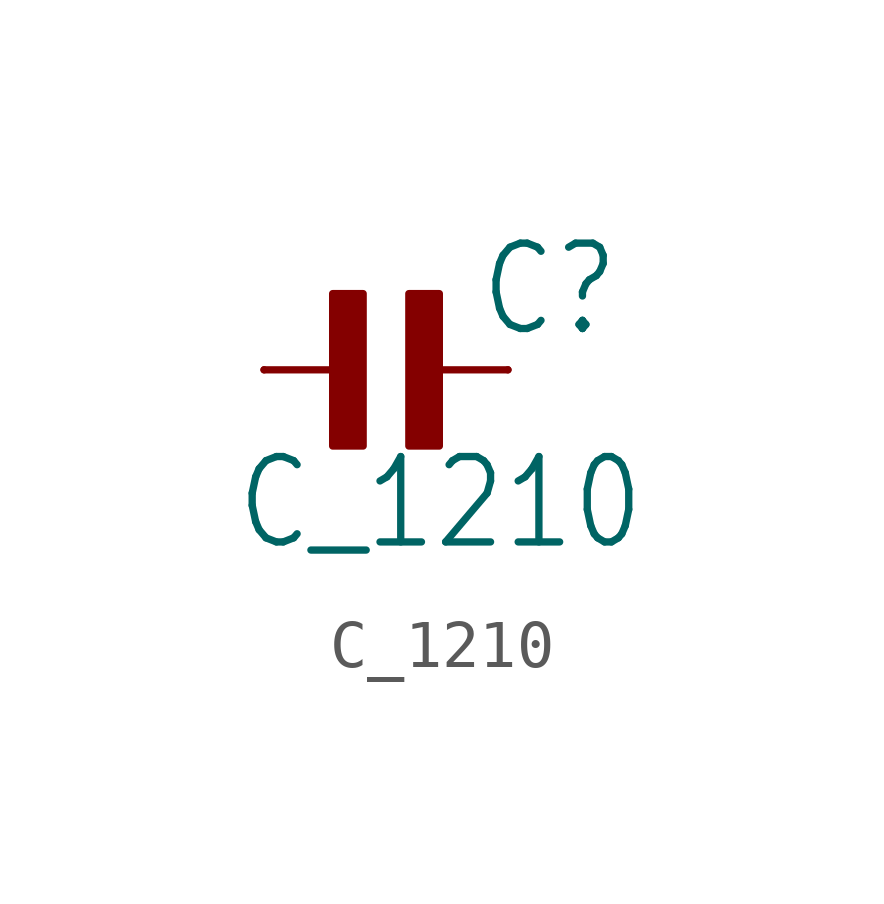
<source format=kicad_sym>
(kicad_symbol_lib
  (version 20211014)
  (generator kicad_symbol_editor)
  (symbol "C_1210"
    (property "Reference" "C"
      (at 1.905 0.635 0)
      (effects (font (size 1.778 1.511)) (justify left bottom)))
    (property "Value" "C_1210"
      (at -3.175 -3.81 0)
      (effects (font (size 1.778 1.511)) (justify left bottom)))
    (property "ki_locked" ""
      (at 0 0 0)
      (effects (font (size 1.27 1.27))))
    (symbol "C_1210_1_0"
      (rectangle (start -1.111 -1.587) (end -0.476 1.587) (stroke (width 0) (type default) (color 0 0 0 0)) (fill (type outline)))
      (polyline (pts (xy -2.54 0) (xy -0.635 0)) (stroke (width 0.152) (type default) (color 0 0 0 0)) (fill (type none)))
      (polyline (pts (xy 2.54 0) (xy 0.635 0)) (stroke (width 0.152) (type default) (color 0 0 0 0)) (fill (type none)))
      (rectangle (start 0.476 -1.587) (end 1.111 1.587) (stroke (width 0) (type default) (color 0 0 0 0)) (fill (type outline)))
      (pin passive line (at -2.54 0 0) (length 0) (name "1" (effects (font (size 0 0)))) (number "1" (effects (font (size 0 0)))))
      (pin passive line (at 2.54 0 180) (length 0) (name "2" (effects (font (size 0 0)))) (number "2" (effects (font (size 0 0))))))))
</source>
